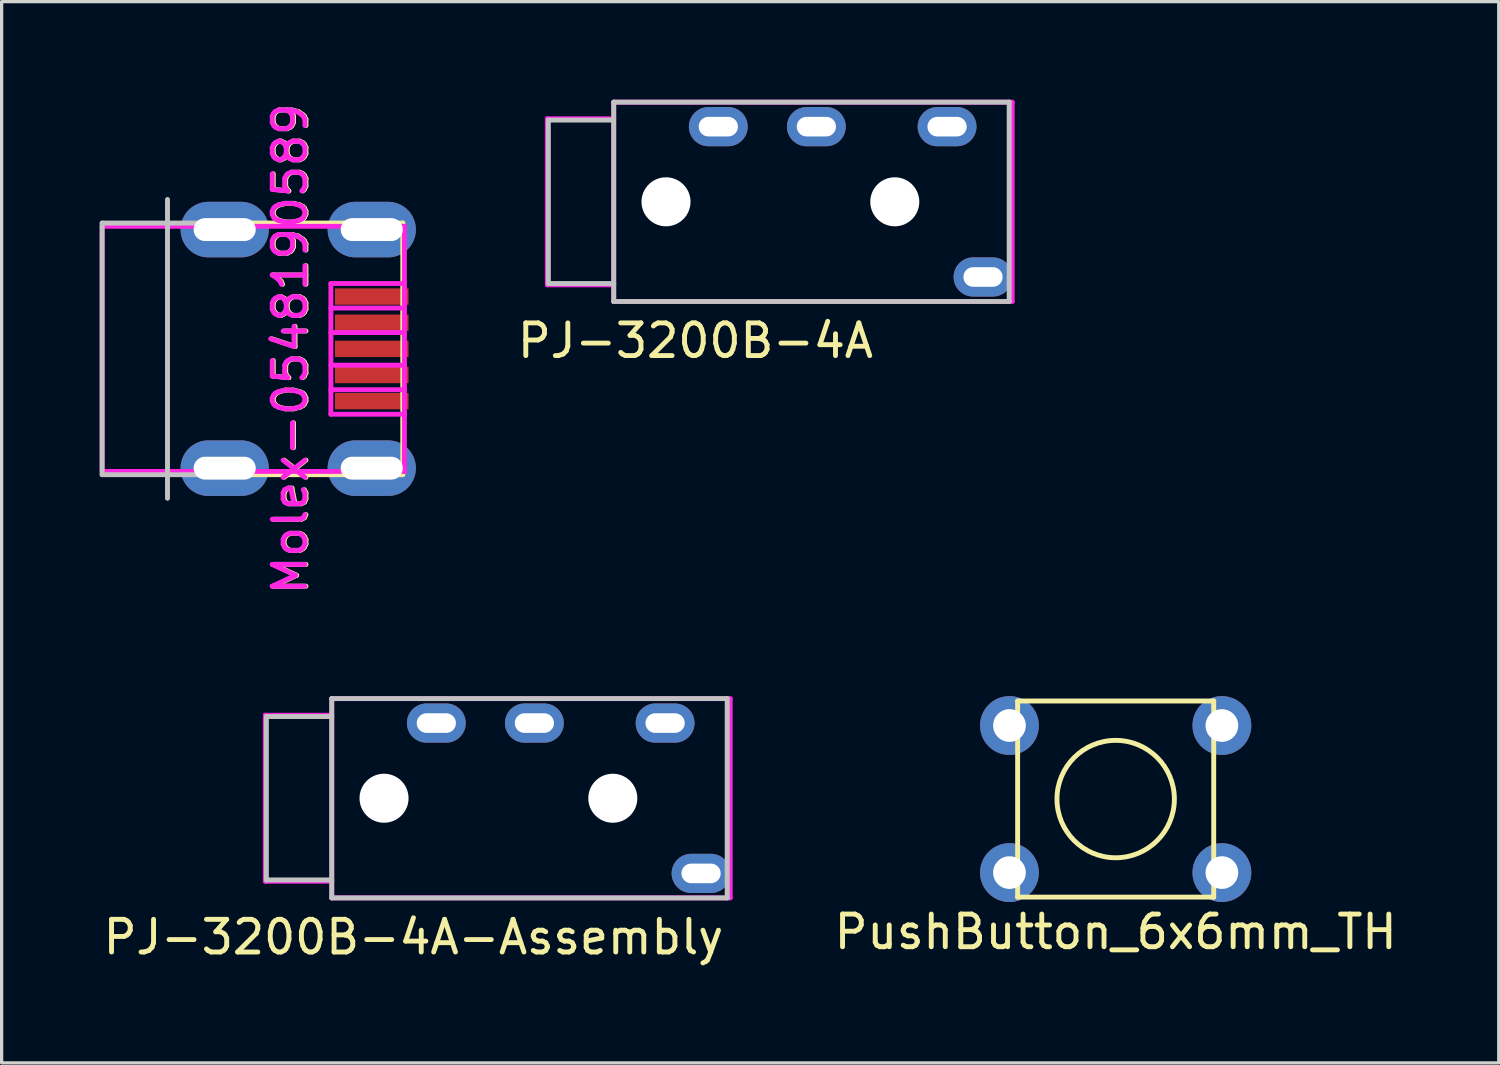
<source format=kicad_pcb>
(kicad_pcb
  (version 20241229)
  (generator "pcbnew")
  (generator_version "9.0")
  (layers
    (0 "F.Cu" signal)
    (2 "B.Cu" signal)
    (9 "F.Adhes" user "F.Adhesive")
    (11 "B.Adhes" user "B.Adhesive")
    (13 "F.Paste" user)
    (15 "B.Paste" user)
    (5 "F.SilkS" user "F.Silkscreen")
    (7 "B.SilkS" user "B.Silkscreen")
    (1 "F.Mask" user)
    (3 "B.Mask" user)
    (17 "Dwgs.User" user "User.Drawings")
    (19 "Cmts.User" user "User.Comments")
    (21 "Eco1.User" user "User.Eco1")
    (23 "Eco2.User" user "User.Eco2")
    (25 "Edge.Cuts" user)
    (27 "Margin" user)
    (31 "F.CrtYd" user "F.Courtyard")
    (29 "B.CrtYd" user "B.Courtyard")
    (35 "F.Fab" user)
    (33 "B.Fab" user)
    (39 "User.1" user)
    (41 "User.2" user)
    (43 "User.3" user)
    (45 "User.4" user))
  (footprint "PJ-3200B-4A-Assembly"
    (layer "F.Cu")
    (at 7.101 21.375)
    (property "Reference" "PJ-3200B-4A-Assembly" (at 2.5 4.25 0) (layer "F.SilkS") (effects (font (size 1 1) (thickness 0.15))))
    (attr smd)
    (fp_line (start -2 2.5) (end -2 -2.5) (stroke (width 0.15) (type solid)) (layer "Dwgs.User"))
    (fp_line (start 0 -3.05) (end 0 3.05) (stroke (width 0.15) (type solid)) (layer "Dwgs.User"))
    (fp_line (start 0 -3.05) (end 12.1 -3.05) (stroke (width 0.15) (type solid)) (layer "Dwgs.User"))
    (fp_line (start 0 -2.5) (end -2 -2.5) (stroke (width 0.15) (type solid)) (layer "Dwgs.User"))
    (fp_line (start 0 2.5) (end -2 2.5) (stroke (width 0.15) (type solid)) (layer "Dwgs.User"))
    (fp_line (start 0 3.05) (end 12.1 3.05) (stroke (width 0.15) (type solid)) (layer "Dwgs.User"))
    (fp_line (start 12.1 -3.05) (end 12.1 3.05) (stroke (width 0.15) (type solid)) (layer "Dwgs.User"))
    (fp_line (start -2.032 -2.54) (end -2.032 2.54) (stroke (width 0.15) (type solid)) (layer "F.CrtYd"))
    (fp_line (start -2.032 2.54) (end 0 2.54) (stroke (width 0.15) (type solid)) (layer "F.CrtYd"))
    (fp_line (start 0 -3.048) (end 12.192 -3.048) (stroke (width 0.15) (type solid)) (layer "F.CrtYd"))
    (fp_line (start 0 -2.54) (end -2.032 -2.54) (stroke (width 0.15) (type solid)) (layer "F.CrtYd"))
    (fp_line (start 0 3.048) (end 0 -3.048) (stroke (width 0.15) (type solid)) (layer "F.CrtYd"))
    (fp_line (start 12.192 -3.048) (end 12.192 3.048) (stroke (width 0.15) (type solid)) (layer "F.CrtYd"))
    (fp_line (start 12.192 3.048) (end 0 3.048) (stroke (width 0.15) (type solid)) (layer "F.CrtYd"))
    (pad "" np_thru_hole circle (at 1.6 0) (size 1.5 1.5) (drill 1.5) (layers "*.Cu" "*.Mask"))
    (pad "" np_thru_hole circle (at 8.6 0) (size 1.5 1.5) (drill 1.5) (layers "*.Cu" "*.Mask"))
    (pad "1" thru_hole oval (at 3.2 -2.3) (size 1.8 1.2) (drill oval 1.2 0.6) (layers "*.Cu" "*.Mask"))
    (pad "2" thru_hole oval (at 6.2 -2.3) (size 1.8 1.2) (drill oval 1.2 0.6) (layers "*.Cu" "*.Mask"))
    (pad "3" thru_hole oval (at 10.2 -2.3) (size 1.8 1.2) (drill oval 1.2 0.6) (layers "*.Cu" "*.Mask"))
    (pad "4" thru_hole oval (at 11.3 2.3) (size 1.8 1.2) (drill oval 1.2 0.6) (layers "*.Cu" "*.Mask")))
  (footprint "PushButton_6x6mm_TH"
    (layer "F.Cu")
    (at 31.088 21.4)
    (property "Reference" "PushButton_6x6mm_TH" (at 0 4.064 0) (layer "F.SilkS") (effects (font (size 1 1) (thickness 0.15))))
    (attr through_hole)
    (fp_line (start -3 -3) (end 3 -3) (stroke (width 0.15) (type solid)) (layer "F.SilkS"))
    (fp_line (start -3 3) (end -3 -3) (stroke (width 0.15) (type solid)) (layer "F.SilkS"))
    (fp_line (start 3 -3) (end 3 3) (stroke (width 0.15) (type solid)) (layer "F.SilkS"))
    (fp_line (start 3 3) (end -3 3) (stroke (width 0.15) (type solid)) (layer "F.SilkS"))
    (fp_circle (center 0 0) (end 1.27 -1.27) (stroke (width 0.15) (type solid)) (fill no) (layer "F.SilkS"))
    (pad "1" thru_hole circle (at 3.25 -2.25) (size 1.8 1.8) (drill 1) (layers "*.Cu" "*.Mask"))
    (pad "2" thru_hole circle (at -3.25 2.25) (size 1.8 1.8) (drill 1) (layers "*.Cu" "*.Mask"))
    (pad "3" thru_hole circle (at 3.25 2.25) (size 1.8 1.8) (drill 1) (layers "*.Cu" "*.Mask"))
    (pad "4" thru_hole circle (at -3.25 -2.25) (size 1.8 1.8) (drill 1) (layers "*.Cu" "*.Mask")))
  (footprint "Molex-0548190589"
    (layer "F.Cu")
    (at 3.825 7.625)
    (property "Reference" "Molex-0548190589" (at 2.032 0 90) (layer "F.SilkS") (effects (font (size 1 1) (thickness 0.15))))
    (attr smd)
    (fp_line (start 0 -3.85) (end 5.45 -3.85) (stroke (width 0.15) (type solid)) (layer "F.SilkS"))
    (fp_line (start 0 3.85) (end 5.45 3.85) (stroke (width 0.15) (type solid)) (layer "F.SilkS"))
    (fp_line (start 5.45 -3.85) (end 5.45 3.85) (stroke (width 0.15) (type solid)) (layer "F.SilkS"))
    (fp_line (start -3.75 -3.85) (end -3.75 3.85) (stroke (width 0.15) (type solid)) (layer "Dwgs.User"))
    (fp_line (start -3.75 -3.85) (end 0 -3.85) (stroke (width 0.15) (type solid)) (layer "Dwgs.User"))
    (fp_line (start -3.75 3.85) (end 0 3.85) (stroke (width 0.15) (type solid)) (layer "Dwgs.User"))
    (fp_line (start -1.75 -4.572) (end -1.75 4.572) (stroke (width 0.15) (type solid)) (layer "Dwgs.User"))
    (fp_line (start -3.75 -3.75) (end 5.5 -3.75) (stroke (width 0.15) (type solid)) (layer "F.CrtYd"))
    (fp_line (start -3.75 3.75) (end -3.75 -3.75) (stroke (width 0.15) (type solid)) (layer "F.CrtYd"))
    (fp_line (start 3.25 -2) (end 3.25 2) (stroke (width 0.15) (type solid)) (layer "F.CrtYd"))
    (fp_line (start 3.25 -1.25) (end 5.5 -1.25) (stroke (width 0.15) (type solid)) (layer "F.CrtYd"))
    (fp_line (start 3.25 0.5) (end 5.5 0.5) (stroke (width 0.15) (type solid)) (layer "F.CrtYd"))
    (fp_line (start 3.25 2) (end 5.5 2) (stroke (width 0.15) (type solid)) (layer "F.CrtYd"))
    (fp_line (start 5.5 -3.75) (end 5.5 3.75) (stroke (width 0.15) (type solid)) (layer "F.CrtYd"))
    (fp_line (start 5.5 -2) (end 3.25 -2) (stroke (width 0.15) (type solid)) (layer "F.CrtYd"))
    (fp_line (start 5.5 -0.5) (end 3.25 -0.5) (stroke (width 0.15) (type solid)) (layer "F.CrtYd"))
    (fp_line (start 5.5 1.25) (end 3.25 1.25) (stroke (width 0.15) (type solid)) (layer "F.CrtYd"))
    (fp_line (start 5.5 3.75) (end -3.75 3.75) (stroke (width 0.15) (type solid)) (layer "F.CrtYd"))
    (fp_text user "${REFERENCE}" (at 2 0 90) (layer "F.CrtYd") (effects (font (size 1 1) (thickness 0.15))))
    (pad "1" smd rect (at 4.5 1.6) (size 2.25 0.5) (layers "F.Cu" "F.Mask" "F.Paste"))
    (pad "2" smd rect (at 4.5 0.8) (size 2.25 0.5) (layers "F.Cu" "F.Mask" "F.Paste"))
    (pad "3" smd rect (at 4.5 0) (size 2.25 0.5) (layers "F.Cu" "F.Mask" "F.Paste"))
    (pad "4" smd rect (at 4.5 -0.8) (size 2.25 0.5) (layers "F.Cu" "F.Mask" "F.Paste"))
    (pad "5" smd rect (at 4.5 -1.6) (size 2.25 0.5) (layers "F.Cu" "F.Mask" "F.Paste"))
    (pad "6" thru_hole oval (at 0 -3.65) (size 2.7 1.7) (drill oval 1.9 0.7) (layers "*.Cu" "*.Mask"))
    (pad "6" thru_hole oval (at 0 3.65) (size 2.7 1.7) (drill oval 1.9 0.7) (layers "*.Cu" "*.Mask"))
    (pad "6" thru_hole oval (at 4.5 -3.65) (size 2.7 1.7) (drill oval 1.9 0.7) (layers "*.Cu" "*.Mask"))
    (pad "6" thru_hole oval (at 4.5 3.65) (size 2.7 1.7) (drill oval 1.9 0.7) (layers "*.Cu" "*.Mask")))
  (footprint "PJ-3200B-4A"
    (layer "F.Cu")
    (at 15.729 3.125)
    (property "Reference" "PJ-3200B-4A" (at 2.5 4.25 0) (layer "F.SilkS") (effects (font (size 1 1) (thickness 0.15))))
    (attr through_hole)
    (fp_line (start -2 2.5) (end -2 -2.5) (stroke (width 0.15) (type solid)) (layer "Dwgs.User"))
    (fp_line (start 0 -3.05) (end 0 3.05) (stroke (width 0.15) (type solid)) (layer "Dwgs.User"))
    (fp_line (start 0 -3.05) (end 12.1 -3.05) (stroke (width 0.15) (type solid)) (layer "Dwgs.User"))
    (fp_line (start 0 -2.5) (end -2 -2.5) (stroke (width 0.15) (type solid)) (layer "Dwgs.User"))
    (fp_line (start 0 2.5) (end -2 2.5) (stroke (width 0.15) (type solid)) (layer "Dwgs.User"))
    (fp_line (start 0 3.05) (end 12.1 3.05) (stroke (width 0.15) (type solid)) (layer "Dwgs.User"))
    (fp_line (start 12.1 -3.05) (end 12.1 3.05) (stroke (width 0.15) (type solid)) (layer "Dwgs.User"))
    (fp_line (start -2.032 -2.54) (end -2.032 2.54) (stroke (width 0.15) (type solid)) (layer "F.CrtYd"))
    (fp_line (start -2.032 2.54) (end 0 2.54) (stroke (width 0.15) (type solid)) (layer "F.CrtYd"))
    (fp_line (start 0 -3.048) (end 12.192 -3.048) (stroke (width 0.15) (type solid)) (layer "F.CrtYd"))
    (fp_line (start 0 -2.54) (end -2.032 -2.54) (stroke (width 0.15) (type solid)) (layer "F.CrtYd"))
    (fp_line (start 0 3.048) (end 0 -3.048) (stroke (width 0.15) (type solid)) (layer "F.CrtYd"))
    (fp_line (start 12.192 -3.048) (end 12.192 3.048) (stroke (width 0.15) (type solid)) (layer "F.CrtYd"))
    (fp_line (start 12.192 3.048) (end 0 3.048) (stroke (width 0.15) (type solid)) (layer "F.CrtYd"))
    (pad "" np_thru_hole circle (at 1.6 0) (size 1.5 1.5) (drill 1.5) (layers "*.Cu" "*.Mask"))
    (pad "" np_thru_hole circle (at 8.6 0) (size 1.5 1.5) (drill 1.5) (layers "*.Cu" "*.Mask"))
    (pad "1" thru_hole oval (at 3.2 -2.3) (size 1.8 1.2) (drill oval 1.2 0.6) (layers "*.Cu" "*.Mask"))
    (pad "2" thru_hole oval (at 6.2 -2.3) (size 1.8 1.2) (drill oval 1.2 0.6) (layers "*.Cu" "*.Mask"))
    (pad "3" thru_hole oval (at 10.2 -2.3) (size 1.8 1.2) (drill oval 1.2 0.6) (layers "*.Cu" "*.Mask"))
    (pad "4" thru_hole oval (at 11.3 2.3) (size 1.8 1.2) (drill oval 1.2 0.6) (layers "*.Cu" "*.Mask")))
  (gr_rect
    (start -3 -3)
    (end 42.809 29.473)
    (stroke (width 0.1) (type default))
    (fill no)
    (layer "Edge.Cuts")))
</source>
